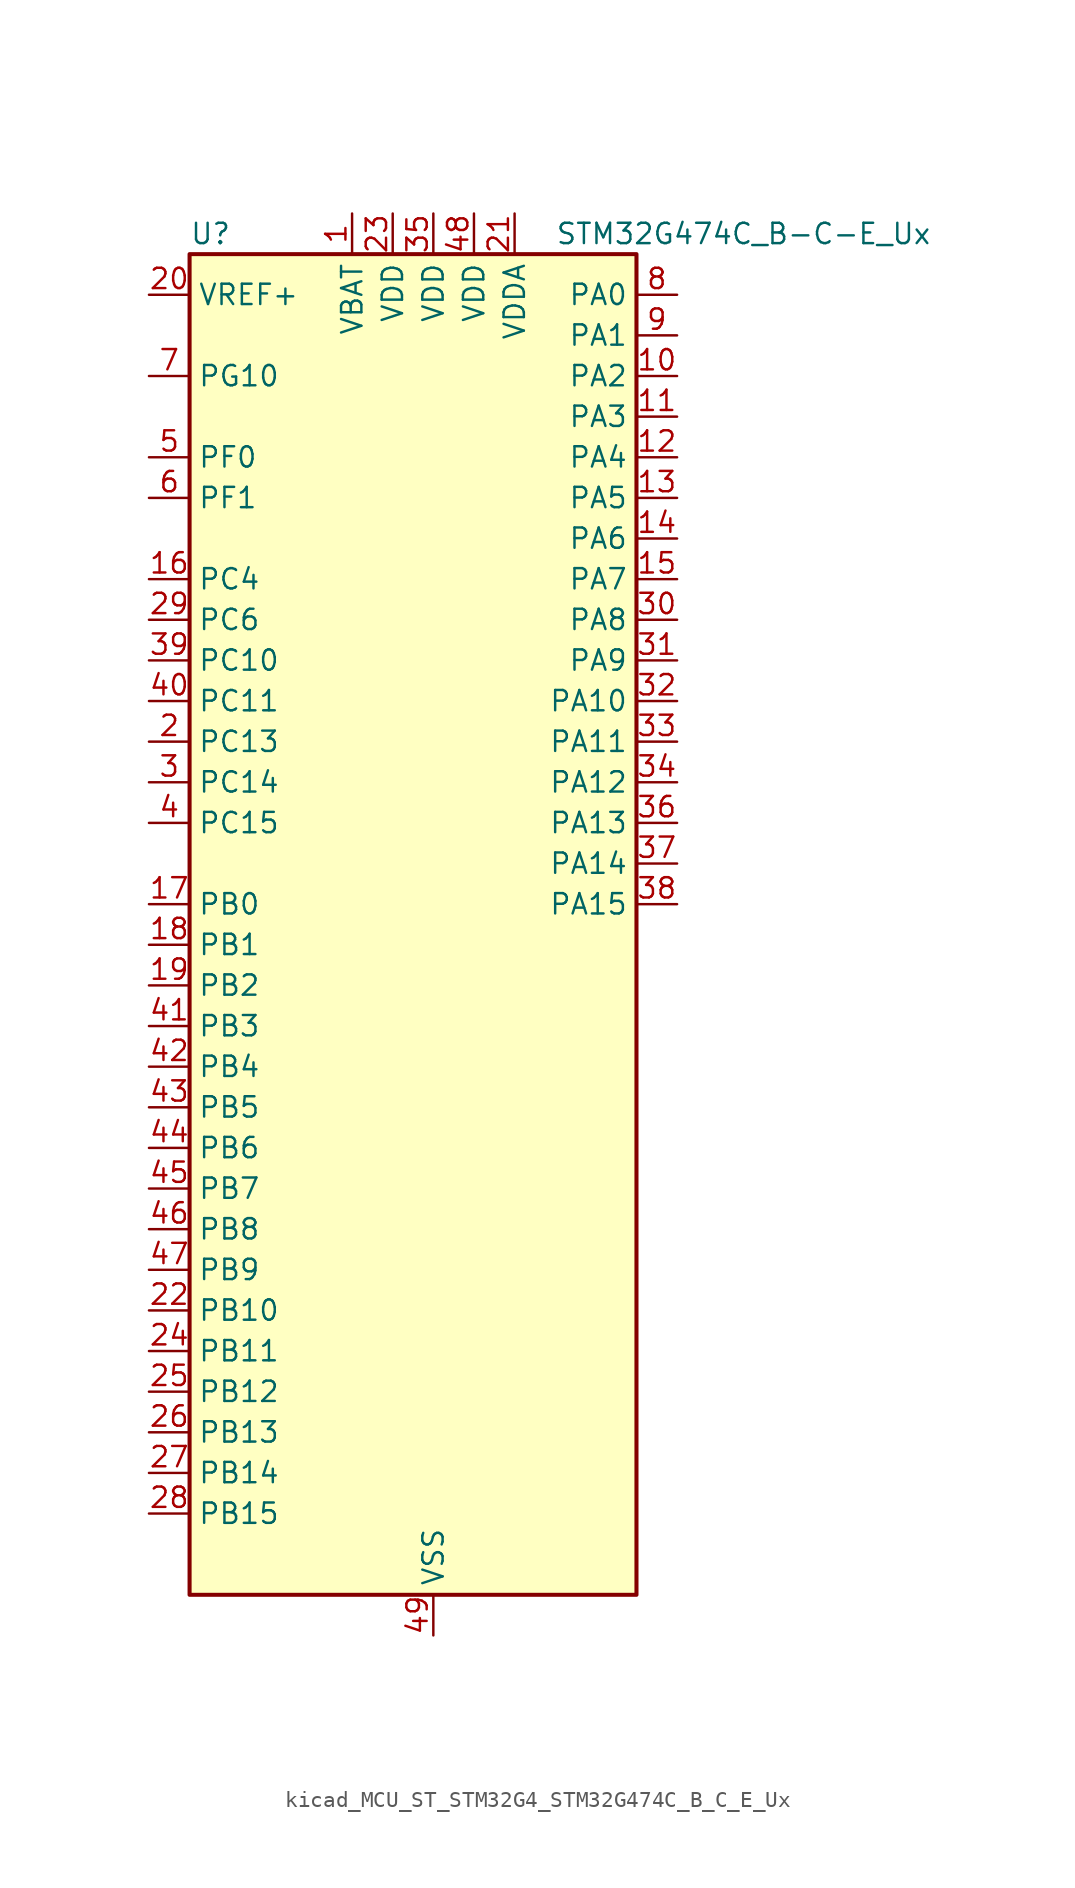
<source format=kicad_sym>
(kicad_symbol_lib
  (version 20220914)
  (generator kicad_symbol_editor)
  (symbol "kicad_MCU_ST_STM32G4_STM32G474C_B_C_E_Ux"
    (property "Reference" "U"
      (at -12.7 44.45 0)
      (effects (font (size 1.27 1.27)) (justify left)))
    (property "Value" "STM32G474C_B-C-E_Ux"
      (at 10.16 44.45 0)
      (effects (font (size 1.27 1.27)) (justify left)))
    (property "ki_locked" ""
      (at 0 0 0)
      (effects (font (size 1.27 1.27))))
    (symbol "kicad_MCU_ST_STM32G4_STM32G474C_B_C_E_Ux_0_1"
      (rectangle (start -12.7 -40.64) (end 15.24 43.18) (stroke (width 0.254) (type default)) (fill (type background))))
    (symbol "kicad_MCU_ST_STM32G4_STM32G474C_B_C_E_Ux_1_1"
      (pin power_in line (at -2.54 45.72 270) (length 2.54) (name "VBAT" (effects (font (size 1.27 1.27)))) (number "1" (effects (font (size 1.27 1.27)))))
      (pin bidirectional line (at 17.78 35.56 180) (length 2.54) (name "PA2" (effects (font (size 1.27 1.27)))) (number "10" (effects (font (size 1.27 1.27)))) (alternate "ADC1_IN3" bidirectional line) (alternate "ADC3_EXTI2" bidirectional line) (alternate "ADC4_EXTI2" bidirectional line) (alternate "ADC5_EXTI2" bidirectional line) (alternate "COMP2_INM" bidirectional line) (alternate "COMP2_OUT" bidirectional line) (alternate "LPUART1_TX" bidirectional line) (alternate "OPAMP1_VOUT" bidirectional line) (alternate "QUADSPI1_BK1_NCS" bidirectional line) (alternate "RCC_LSCO" bidirectional line) (alternate "SYS_WKUP4" bidirectional line) (alternate "TIM15_CH1" bidirectional line) (alternate "TIM2_CH3" bidirectional line) (alternate "TIM5_CH3" bidirectional line) (alternate "UCPD1_FRSTX1" bidirectional line) (alternate "UCPD1_FRSTX2" bidirectional line) (alternate "USART2_TX" bidirectional line))
      (pin bidirectional line (at 17.78 33.02 180) (length 2.54) (name "PA3" (effects (font (size 1.27 1.27)))) (number "11" (effects (font (size 1.27 1.27)))) (alternate "ADC1_IN4" bidirectional line) (alternate "ADC3_EXTI3" bidirectional line) (alternate "ADC4_EXTI3" bidirectional line) (alternate "ADC5_EXTI3" bidirectional line) (alternate "COMP2_INP" bidirectional line) (alternate "LPUART1_RX" bidirectional line) (alternate "OPAMP1_VINM" bidirectional line) (alternate "OPAMP1_VINM0" bidirectional line) (alternate "OPAMP1_VINM_SEC" bidirectional line) (alternate "OPAMP1_VINP" bidirectional line) (alternate "OPAMP1_VINP_SEC" bidirectional line) (alternate "OPAMP5_VINM" bidirectional line) (alternate "OPAMP5_VINM1" bidirectional line) (alternate "OPAMP5_VINM_SEC" bidirectional line) (alternate "QUADSPI1_CLK" bidirectional line) (alternate "SAI1_CK1" bidirectional line) (alternate "SAI1_MCLK_A" bidirectional line) (alternate "TIM15_CH2" bidirectional line) (alternate "TIM2_CH4" bidirectional line) (alternate "TIM5_CH4" bidirectional line) (alternate "USART2_RX" bidirectional line))
      (pin bidirectional line (at 17.78 30.48 180) (length 2.54) (name "PA4" (effects (font (size 1.27 1.27)))) (number "12" (effects (font (size 1.27 1.27)))) (alternate "ADC2_IN17" bidirectional line) (alternate "COMP1_INM" bidirectional line) (alternate "DAC1_OUT1" bidirectional line) (alternate "I2S3_WS" bidirectional line) (alternate "SAI1_FS_B" bidirectional line) (alternate "SPI1_NSS" bidirectional line) (alternate "SPI3_NSS" bidirectional line) (alternate "TIM3_CH2" bidirectional line) (alternate "USART2_CK" bidirectional line))
      (pin bidirectional line (at 17.78 27.94 180) (length 2.54) (name "PA5" (effects (font (size 1.27 1.27)))) (number "13" (effects (font (size 1.27 1.27)))) (alternate "ADC2_IN13" bidirectional line) (alternate "COMP2_INM" bidirectional line) (alternate "DAC1_OUT2" bidirectional line) (alternate "OPAMP2_VINM" bidirectional line) (alternate "OPAMP2_VINM0" bidirectional line) (alternate "OPAMP2_VINM_SEC" bidirectional line) (alternate "SPI1_SCK" bidirectional line) (alternate "TIM2_CH1" bidirectional line) (alternate "TIM2_ETR" bidirectional line) (alternate "UCPD1_FRSTX1" bidirectional line) (alternate "UCPD1_FRSTX2" bidirectional line))
      (pin bidirectional line (at 17.78 25.4 180) (length 2.54) (name "PA6" (effects (font (size 1.27 1.27)))) (number "14" (effects (font (size 1.27 1.27)))) (alternate "ADC2_IN3" bidirectional line) (alternate "COMP1_OUT" bidirectional line) (alternate "DAC2_OUT1" bidirectional line) (alternate "LPUART1_CTS" bidirectional line) (alternate "OPAMP2_VOUT" bidirectional line) (alternate "QUADSPI1_BK1_IO3" bidirectional line) (alternate "SPI1_MISO" bidirectional line) (alternate "TIM16_CH1" bidirectional line) (alternate "TIM1_BKIN" bidirectional line) (alternate "TIM3_CH1" bidirectional line) (alternate "TIM8_BKIN" bidirectional line))
      (pin bidirectional line (at 17.78 22.86 180) (length 2.54) (name "PA7" (effects (font (size 1.27 1.27)))) (number "15" (effects (font (size 1.27 1.27)))) (alternate "ADC2_IN4" bidirectional line) (alternate "COMP2_INP" bidirectional line) (alternate "COMP2_OUT" bidirectional line) (alternate "OPAMP1_VINP" bidirectional line) (alternate "OPAMP1_VINP_SEC" bidirectional line) (alternate "OPAMP2_VINP" bidirectional line) (alternate "OPAMP2_VINP_SEC" bidirectional line) (alternate "QUADSPI1_BK1_IO2" bidirectional line) (alternate "SPI1_MOSI" bidirectional line) (alternate "TIM17_CH1" bidirectional line) (alternate "TIM1_CH1N" bidirectional line) (alternate "TIM3_CH2" bidirectional line) (alternate "TIM8_CH1N" bidirectional line) (alternate "UCPD1_FRSTX1" bidirectional line) (alternate "UCPD1_FRSTX2" bidirectional line))
      (pin bidirectional line (at -15.24 22.86 0) (length 2.54) (name "PC4" (effects (font (size 1.27 1.27)))) (number "16" (effects (font (size 1.27 1.27)))) (alternate "ADC2_IN5" bidirectional line) (alternate "I2C2_SCL" bidirectional line) (alternate "QUADSPI1_BK2_IO3" bidirectional line) (alternate "TIM1_ETR" bidirectional line) (alternate "USART1_TX" bidirectional line))
      (pin bidirectional line (at -15.24 2.54 0) (length 2.54) (name "PB0" (effects (font (size 1.27 1.27)))) (number "17" (effects (font (size 1.27 1.27)))) (alternate "ADC1_IN15" bidirectional line) (alternate "ADC3_IN12" bidirectional line) (alternate "COMP4_INP" bidirectional line) (alternate "HRTIM1_FLT5" bidirectional line) (alternate "OPAMP2_VINP" bidirectional line) (alternate "OPAMP2_VINP_SEC" bidirectional line) (alternate "OPAMP3_VINP" bidirectional line) (alternate "OPAMP3_VINP_SEC" bidirectional line) (alternate "QUADSPI1_BK1_IO1" bidirectional line) (alternate "TIM1_CH2N" bidirectional line) (alternate "TIM3_CH3" bidirectional line) (alternate "TIM8_CH2N" bidirectional line) (alternate "UCPD1_FRSTX1" bidirectional line) (alternate "UCPD1_FRSTX2" bidirectional line))
      (pin bidirectional line (at -15.24 0 0) (length 2.54) (name "PB1" (effects (font (size 1.27 1.27)))) (number "18" (effects (font (size 1.27 1.27)))) (alternate "ADC1_IN12" bidirectional line) (alternate "ADC3_IN1" bidirectional line) (alternate "COMP1_INP" bidirectional line) (alternate "COMP4_OUT" bidirectional line) (alternate "HRTIM1_SCOUT" bidirectional line) (alternate "LPUART1_DE" bidirectional line) (alternate "LPUART1_RTS" bidirectional line) (alternate "OPAMP3_VOUT" bidirectional line) (alternate "OPAMP6_VINM" bidirectional line) (alternate "OPAMP6_VINM1" bidirectional line) (alternate "OPAMP6_VINM_SEC" bidirectional line) (alternate "QUADSPI1_BK1_IO0" bidirectional line) (alternate "TIM1_CH3N" bidirectional line) (alternate "TIM3_CH4" bidirectional line) (alternate "TIM8_CH3N" bidirectional line))
      (pin bidirectional line (at -15.24 -2.54 0) (length 2.54) (name "PB2" (effects (font (size 1.27 1.27)))) (number "19" (effects (font (size 1.27 1.27)))) (alternate "ADC2_IN12" bidirectional line) (alternate "ADC3_EXTI2" bidirectional line) (alternate "ADC4_EXTI2" bidirectional line) (alternate "ADC5_EXTI2" bidirectional line) (alternate "COMP4_INM" bidirectional line) (alternate "HRTIM1_SCIN" bidirectional line) (alternate "I2C3_SMBA" bidirectional line) (alternate "LPTIM1_OUT" bidirectional line) (alternate "OPAMP3_VINM" bidirectional line) (alternate "OPAMP3_VINM0" bidirectional line) (alternate "OPAMP3_VINM_SEC" bidirectional line) (alternate "QUADSPI1_BK2_IO1" bidirectional line) (alternate "RTC_OUT2" bidirectional line) (alternate "TIM20_CH1" bidirectional line) (alternate "TIM5_CH1" bidirectional line))
      (pin bidirectional line (at -15.24 12.7 0) (length 2.54) (name "PC13" (effects (font (size 1.27 1.27)))) (number "2" (effects (font (size 1.27 1.27)))) (alternate "RTC_OUT1" bidirectional line) (alternate "RTC_TAMP1" bidirectional line) (alternate "RTC_TS" bidirectional line) (alternate "SYS_WKUP2" bidirectional line) (alternate "TIM1_BKIN" bidirectional line) (alternate "TIM1_CH1N" bidirectional line) (alternate "TIM8_CH4N" bidirectional line))
      (pin input line (at -15.24 40.64 0) (length 2.54) (name "VREF+" (effects (font (size 1.27 1.27)))) (number "20" (effects (font (size 1.27 1.27)))) (alternate "VREFBUF_OUT" bidirectional line))
      (pin power_in line (at 7.62 45.72 270) (length 2.54) (name "VDDA" (effects (font (size 1.27 1.27)))) (number "21" (effects (font (size 1.27 1.27)))))
      (pin bidirectional line (at -15.24 -22.86 0) (length 2.54) (name "PB10" (effects (font (size 1.27 1.27)))) (number "22" (effects (font (size 1.27 1.27)))) (alternate "COMP5_INM" bidirectional line) (alternate "DAC1_EXTI10" bidirectional line) (alternate "DAC2_EXTI10" bidirectional line) (alternate "DAC3_EXTI10" bidirectional line) (alternate "DAC4_EXTI10" bidirectional line) (alternate "HRTIM1_FLT3" bidirectional line) (alternate "LPUART1_RX" bidirectional line) (alternate "OPAMP3_VINM" bidirectional line) (alternate "OPAMP3_VINM1" bidirectional line) (alternate "OPAMP3_VINM_SEC" bidirectional line) (alternate "OPAMP4_VINM" bidirectional line) (alternate "OPAMP4_VINM0" bidirectional line) (alternate "OPAMP4_VINM_SEC" bidirectional line) (alternate "QUADSPI1_CLK" bidirectional line) (alternate "SAI1_SCK_A" bidirectional line) (alternate "TIM1_BKIN" bidirectional line) (alternate "TIM2_CH3" bidirectional line) (alternate "USART3_TX" bidirectional line))
      (pin power_in line (at 0 45.72 270) (length 2.54) (name "VDD" (effects (font (size 1.27 1.27)))) (number "23" (effects (font (size 1.27 1.27)))))
      (pin bidirectional line (at -15.24 -25.4 0) (length 2.54) (name "PB11" (effects (font (size 1.27 1.27)))) (number "24" (effects (font (size 1.27 1.27)))) (alternate "ADC1_EXTI11" bidirectional line) (alternate "ADC1_IN14" bidirectional line) (alternate "ADC2_EXTI11" bidirectional line) (alternate "ADC2_IN14" bidirectional line) (alternate "COMP6_INP" bidirectional line) (alternate "HRTIM1_FLT4" bidirectional line) (alternate "LPUART1_TX" bidirectional line) (alternate "OPAMP4_VINP" bidirectional line) (alternate "OPAMP4_VINP_SEC" bidirectional line) (alternate "OPAMP6_VOUT" bidirectional line) (alternate "QUADSPI1_BK1_NCS" bidirectional line) (alternate "TIM2_CH4" bidirectional line) (alternate "USART3_RX" bidirectional line))
      (pin bidirectional line (at -15.24 -27.94 0) (length 2.54) (name "PB12" (effects (font (size 1.27 1.27)))) (number "25" (effects (font (size 1.27 1.27)))) (alternate "ADC1_IN11" bidirectional line) (alternate "ADC4_IN3" bidirectional line) (alternate "COMP7_INM" bidirectional line) (alternate "FDCAN2_RX" bidirectional line) (alternate "HRTIM1_CHC1" bidirectional line) (alternate "I2C2_SMBA" bidirectional line) (alternate "I2S2_WS" bidirectional line) (alternate "LPUART1_DE" bidirectional line) (alternate "LPUART1_RTS" bidirectional line) (alternate "OPAMP4_VOUT" bidirectional line) (alternate "OPAMP6_VINP" bidirectional line) (alternate "OPAMP6_VINP_SEC" bidirectional line) (alternate "SPI2_NSS" bidirectional line) (alternate "TIM1_BKIN" bidirectional line) (alternate "TIM5_ETR" bidirectional line) (alternate "USART3_CK" bidirectional line))
      (pin bidirectional line (at -15.24 -30.48 0) (length 2.54) (name "PB13" (effects (font (size 1.27 1.27)))) (number "26" (effects (font (size 1.27 1.27)))) (alternate "ADC3_IN5" bidirectional line) (alternate "COMP5_INP" bidirectional line) (alternate "FDCAN2_TX" bidirectional line) (alternate "HRTIM1_CHC2" bidirectional line) (alternate "I2S2_CK" bidirectional line) (alternate "LPUART1_CTS" bidirectional line) (alternate "OPAMP3_VINP" bidirectional line) (alternate "OPAMP3_VINP_SEC" bidirectional line) (alternate "OPAMP4_VINP" bidirectional line) (alternate "OPAMP4_VINP_SEC" bidirectional line) (alternate "OPAMP6_VINP" bidirectional line) (alternate "OPAMP6_VINP_SEC" bidirectional line) (alternate "SPI2_SCK" bidirectional line) (alternate "TIM1_CH1N" bidirectional line) (alternate "USART3_CTS" bidirectional line) (alternate "USART3_NSS" bidirectional line))
      (pin bidirectional line (at -15.24 -33.02 0) (length 2.54) (name "PB14" (effects (font (size 1.27 1.27)))) (number "27" (effects (font (size 1.27 1.27)))) (alternate "ADC1_IN5" bidirectional line) (alternate "ADC4_IN4" bidirectional line) (alternate "COMP4_OUT" bidirectional line) (alternate "COMP7_INP" bidirectional line) (alternate "HRTIM1_CHD1" bidirectional line) (alternate "OPAMP2_VINP" bidirectional line) (alternate "OPAMP2_VINP_SEC" bidirectional line) (alternate "OPAMP5_VINP" bidirectional line) (alternate "OPAMP5_VINP_SEC" bidirectional line) (alternate "SPI2_MISO" bidirectional line) (alternate "TIM15_CH1" bidirectional line) (alternate "TIM1_CH2N" bidirectional line) (alternate "USART3_DE" bidirectional line) (alternate "USART3_RTS" bidirectional line))
      (pin bidirectional line (at -15.24 -35.56 0) (length 2.54) (name "PB15" (effects (font (size 1.27 1.27)))) (number "28" (effects (font (size 1.27 1.27)))) (alternate "ADC1_EXTI15" bidirectional line) (alternate "ADC2_EXTI15" bidirectional line) (alternate "ADC2_IN15" bidirectional line) (alternate "ADC4_IN5" bidirectional line) (alternate "COMP3_OUT" bidirectional line) (alternate "COMP6_INM" bidirectional line) (alternate "HRTIM1_CHD2" bidirectional line) (alternate "I2S2_SD" bidirectional line) (alternate "OPAMP5_VINM" bidirectional line) (alternate "OPAMP5_VINM0" bidirectional line) (alternate "OPAMP5_VINM_SEC" bidirectional line) (alternate "RTC_REFIN" bidirectional line) (alternate "SPI2_MOSI" bidirectional line) (alternate "TIM15_CH1N" bidirectional line) (alternate "TIM15_CH2" bidirectional line) (alternate "TIM1_CH3N" bidirectional line))
      (pin bidirectional line (at -15.24 20.32 0) (length 2.54) (name "PC6" (effects (font (size 1.27 1.27)))) (number "29" (effects (font (size 1.27 1.27)))) (alternate "COMP6_OUT" bidirectional line) (alternate "HRTIM1_CHF1" bidirectional line) (alternate "HRTIM1_EEV10" bidirectional line) (alternate "I2C4_SCL" bidirectional line) (alternate "I2S2_MCK" bidirectional line) (alternate "TIM3_CH1" bidirectional line) (alternate "TIM8_CH1" bidirectional line))
      (pin bidirectional line (at -15.24 10.16 0) (length 2.54) (name "PC14" (effects (font (size 1.27 1.27)))) (number "3" (effects (font (size 1.27 1.27)))) (alternate "RCC_OSC32_IN" bidirectional line))
      (pin bidirectional line (at 17.78 20.32 180) (length 2.54) (name "PA8" (effects (font (size 1.27 1.27)))) (number "30" (effects (font (size 1.27 1.27)))) (alternate "ADC5_IN1" bidirectional line) (alternate "COMP7_OUT" bidirectional line) (alternate "FDCAN3_RX" bidirectional line) (alternate "HRTIM1_CHA1" bidirectional line) (alternate "I2C2_SDA" bidirectional line) (alternate "I2C3_SCL" bidirectional line) (alternate "I2S2_MCK" bidirectional line) (alternate "OPAMP5_VOUT" bidirectional line) (alternate "RCC_MCO" bidirectional line) (alternate "SAI1_CK2" bidirectional line) (alternate "SAI1_SCK_A" bidirectional line) (alternate "TIM1_CH1" bidirectional line) (alternate "TIM4_ETR" bidirectional line) (alternate "USART1_CK" bidirectional line))
      (pin bidirectional line (at 17.78 17.78 180) (length 2.54) (name "PA9" (effects (font (size 1.27 1.27)))) (number "31" (effects (font (size 1.27 1.27)))) (alternate "ADC5_IN2" bidirectional line) (alternate "COMP5_OUT" bidirectional line) (alternate "DAC1_EXTI9" bidirectional line) (alternate "DAC2_EXTI9" bidirectional line) (alternate "DAC3_EXTI9" bidirectional line) (alternate "DAC4_EXTI9" bidirectional line) (alternate "HRTIM1_CHA2" bidirectional line) (alternate "I2C2_SCL" bidirectional line) (alternate "I2C3_SMBA" bidirectional line) (alternate "I2S3_MCK" bidirectional line) (alternate "SAI1_FS_A" bidirectional line) (alternate "TIM15_BKIN" bidirectional line) (alternate "TIM1_CH2" bidirectional line) (alternate "TIM2_CH3" bidirectional line) (alternate "UCPD1_DBCC1" bidirectional line) (alternate "USART1_TX" bidirectional line))
      (pin bidirectional line (at 17.78 15.24 180) (length 2.54) (name "PA10" (effects (font (size 1.27 1.27)))) (number "32" (effects (font (size 1.27 1.27)))) (alternate "COMP6_OUT" bidirectional line) (alternate "CRS_SYNC" bidirectional line) (alternate "DAC1_EXTI10" bidirectional line) (alternate "DAC2_EXTI10" bidirectional line) (alternate "DAC3_EXTI10" bidirectional line) (alternate "DAC4_EXTI10" bidirectional line) (alternate "HRTIM1_CHB1" bidirectional line) (alternate "I2C2_SMBA" bidirectional line) (alternate "SAI1_D1" bidirectional line) (alternate "SAI1_SD_A" bidirectional line) (alternate "SPI2_MISO" bidirectional line) (alternate "TIM17_BKIN" bidirectional line) (alternate "TIM1_CH3" bidirectional line) (alternate "TIM2_CH4" bidirectional line) (alternate "TIM8_BKIN" bidirectional line) (alternate "UCPD1_DBCC2" bidirectional line) (alternate "USART1_RX" bidirectional line))
      (pin bidirectional line (at 17.78 12.7 180) (length 2.54) (name "PA11" (effects (font (size 1.27 1.27)))) (number "33" (effects (font (size 1.27 1.27)))) (alternate "ADC1_EXTI11" bidirectional line) (alternate "ADC2_EXTI11" bidirectional line) (alternate "COMP1_OUT" bidirectional line) (alternate "FDCAN1_RX" bidirectional line) (alternate "HRTIM1_CHB2" bidirectional line) (alternate "I2S2_SD" bidirectional line) (alternate "SPI2_MOSI" bidirectional line) (alternate "TIM1_BKIN2" bidirectional line) (alternate "TIM1_CH1N" bidirectional line) (alternate "TIM1_CH4" bidirectional line) (alternate "TIM4_CH1" bidirectional line) (alternate "USART1_CTS" bidirectional line) (alternate "USART1_NSS" bidirectional line) (alternate "USB_DM" bidirectional line))
      (pin bidirectional line (at 17.78 10.16 180) (length 2.54) (name "PA12" (effects (font (size 1.27 1.27)))) (number "34" (effects (font (size 1.27 1.27)))) (alternate "COMP2_OUT" bidirectional line) (alternate "FDCAN1_TX" bidirectional line) (alternate "HRTIM1_FLT1" bidirectional line) (alternate "I2S_CKIN" bidirectional line) (alternate "TIM16_CH1" bidirectional line) (alternate "TIM1_CH2N" bidirectional line) (alternate "TIM1_ETR" bidirectional line) (alternate "TIM4_CH2" bidirectional line) (alternate "USART1_DE" bidirectional line) (alternate "USART1_RTS" bidirectional line) (alternate "USB_DP" bidirectional line))
      (pin power_in line (at 2.54 45.72 270) (length 2.54) (name "VDD" (effects (font (size 1.27 1.27)))) (number "35" (effects (font (size 1.27 1.27)))))
      (pin bidirectional line (at 17.78 7.62 180) (length 2.54) (name "PA13" (effects (font (size 1.27 1.27)))) (number "36" (effects (font (size 1.27 1.27)))) (alternate "I2C1_SCL" bidirectional line) (alternate "I2C4_SCL" bidirectional line) (alternate "IR_OUT" bidirectional line) (alternate "SAI1_SD_B" bidirectional line) (alternate "SYS_JTMS-SWDIO" bidirectional line) (alternate "TIM16_CH1N" bidirectional line) (alternate "TIM4_CH3" bidirectional line) (alternate "USART3_CTS" bidirectional line) (alternate "USART3_NSS" bidirectional line))
      (pin bidirectional line (at 17.78 5.08 180) (length 2.54) (name "PA14" (effects (font (size 1.27 1.27)))) (number "37" (effects (font (size 1.27 1.27)))) (alternate "I2C1_SDA" bidirectional line) (alternate "I2C4_SMBA" bidirectional line) (alternate "LPTIM1_OUT" bidirectional line) (alternate "SAI1_FS_B" bidirectional line) (alternate "SYS_JTCK-SWCLK" bidirectional line) (alternate "TIM1_BKIN" bidirectional line) (alternate "TIM8_CH2" bidirectional line) (alternate "USART2_TX" bidirectional line))
      (pin bidirectional line (at 17.78 2.54 180) (length 2.54) (name "PA15" (effects (font (size 1.27 1.27)))) (number "38" (effects (font (size 1.27 1.27)))) (alternate "ADC1_EXTI15" bidirectional line) (alternate "ADC2_EXTI15" bidirectional line) (alternate "FDCAN3_TX" bidirectional line) (alternate "HRTIM1_FLT2" bidirectional line) (alternate "I2C1_SCL" bidirectional line) (alternate "I2S3_WS" bidirectional line) (alternate "SPI1_NSS" bidirectional line) (alternate "SPI3_NSS" bidirectional line) (alternate "SYS_JTDI" bidirectional line) (alternate "TIM1_BKIN" bidirectional line) (alternate "TIM2_CH1" bidirectional line) (alternate "TIM2_ETR" bidirectional line) (alternate "TIM8_CH1" bidirectional line) (alternate "UART4_DE" bidirectional line) (alternate "UART4_RTS" bidirectional line) (alternate "USART2_RX" bidirectional line))
      (pin bidirectional line (at -15.24 17.78 0) (length 2.54) (name "PC10" (effects (font (size 1.27 1.27)))) (number "39" (effects (font (size 1.27 1.27)))) (alternate "DAC1_EXTI10" bidirectional line) (alternate "DAC2_EXTI10" bidirectional line) (alternate "DAC3_EXTI10" bidirectional line) (alternate "DAC4_EXTI10" bidirectional line) (alternate "HRTIM1_FLT6" bidirectional line) (alternate "I2S3_CK" bidirectional line) (alternate "SPI3_SCK" bidirectional line) (alternate "TIM8_CH1N" bidirectional line) (alternate "UART4_TX" bidirectional line) (alternate "USART3_TX" bidirectional line))
      (pin bidirectional line (at -15.24 7.62 0) (length 2.54) (name "PC15" (effects (font (size 1.27 1.27)))) (number "4" (effects (font (size 1.27 1.27)))) (alternate "ADC1_EXTI15" bidirectional line) (alternate "ADC2_EXTI15" bidirectional line) (alternate "RCC_OSC32_OUT" bidirectional line))
      (pin bidirectional line (at -15.24 15.24 0) (length 2.54) (name "PC11" (effects (font (size 1.27 1.27)))) (number "40" (effects (font (size 1.27 1.27)))) (alternate "ADC1_EXTI11" bidirectional line) (alternate "ADC2_EXTI11" bidirectional line) (alternate "HRTIM1_EEV2" bidirectional line) (alternate "I2C3_SDA" bidirectional line) (alternate "SPI3_MISO" bidirectional line) (alternate "TIM8_CH2N" bidirectional line) (alternate "UART4_RX" bidirectional line) (alternate "USART3_RX" bidirectional line))
      (pin bidirectional line (at -15.24 -5.08 0) (length 2.54) (name "PB3" (effects (font (size 1.27 1.27)))) (number "41" (effects (font (size 1.27 1.27)))) (alternate "ADC3_EXTI3" bidirectional line) (alternate "ADC4_EXTI3" bidirectional line) (alternate "ADC5_EXTI3" bidirectional line) (alternate "CRS_SYNC" bidirectional line) (alternate "FDCAN3_RX" bidirectional line) (alternate "HRTIM1_EEV9" bidirectional line) (alternate "HRTIM1_SCOUT" bidirectional line) (alternate "I2S3_CK" bidirectional line) (alternate "SAI1_SCK_B" bidirectional line) (alternate "SPI1_SCK" bidirectional line) (alternate "SPI3_SCK" bidirectional line) (alternate "SYS_JTDO-SWO" bidirectional line) (alternate "TIM2_CH2" bidirectional line) (alternate "TIM3_ETR" bidirectional line) (alternate "TIM4_ETR" bidirectional line) (alternate "TIM8_CH1N" bidirectional line) (alternate "USART2_TX" bidirectional line))
      (pin bidirectional line (at -15.24 -7.62 0) (length 2.54) (name "PB4" (effects (font (size 1.27 1.27)))) (number "42" (effects (font (size 1.27 1.27)))) (alternate "FDCAN3_TX" bidirectional line) (alternate "HRTIM1_EEV7" bidirectional line) (alternate "SAI1_MCLK_B" bidirectional line) (alternate "SPI1_MISO" bidirectional line) (alternate "SPI3_MISO" bidirectional line) (alternate "SYS_JTRST" bidirectional line) (alternate "TIM16_CH1" bidirectional line) (alternate "TIM17_BKIN" bidirectional line) (alternate "TIM3_CH1" bidirectional line) (alternate "TIM8_CH2N" bidirectional line) (alternate "UCPD1_CC2" bidirectional line) (alternate "USART2_RX" bidirectional line))
      (pin bidirectional line (at -15.24 -10.16 0) (length 2.54) (name "PB5" (effects (font (size 1.27 1.27)))) (number "43" (effects (font (size 1.27 1.27)))) (alternate "FDCAN2_RX" bidirectional line) (alternate "HRTIM1_EEV6" bidirectional line) (alternate "I2C1_SMBA" bidirectional line) (alternate "I2C3_SDA" bidirectional line) (alternate "I2S3_SD" bidirectional line) (alternate "LPTIM1_IN1" bidirectional line) (alternate "SAI1_SD_B" bidirectional line) (alternate "SPI1_MOSI" bidirectional line) (alternate "SPI3_MOSI" bidirectional line) (alternate "TIM16_BKIN" bidirectional line) (alternate "TIM17_CH1" bidirectional line) (alternate "TIM3_CH2" bidirectional line) (alternate "TIM8_CH3N" bidirectional line) (alternate "USART2_CK" bidirectional line))
      (pin bidirectional line (at -15.24 -12.7 0) (length 2.54) (name "PB6" (effects (font (size 1.27 1.27)))) (number "44" (effects (font (size 1.27 1.27)))) (alternate "COMP4_OUT" bidirectional line) (alternate "FDCAN2_TX" bidirectional line) (alternate "HRTIM1_EEV4" bidirectional line) (alternate "HRTIM1_SCIN" bidirectional line) (alternate "LPTIM1_ETR" bidirectional line) (alternate "SAI1_FS_B" bidirectional line) (alternate "TIM16_CH1N" bidirectional line) (alternate "TIM4_CH1" bidirectional line) (alternate "TIM8_BKIN2" bidirectional line) (alternate "TIM8_CH1" bidirectional line) (alternate "TIM8_ETR" bidirectional line) (alternate "UCPD1_CC1" bidirectional line) (alternate "USART1_TX" bidirectional line))
      (pin bidirectional line (at -15.24 -15.24 0) (length 2.54) (name "PB7" (effects (font (size 1.27 1.27)))) (number "45" (effects (font (size 1.27 1.27)))) (alternate "COMP3_OUT" bidirectional line) (alternate "HRTIM1_EEV3" bidirectional line) (alternate "I2C1_SDA" bidirectional line) (alternate "I2C4_SDA" bidirectional line) (alternate "LPTIM1_IN2" bidirectional line) (alternate "SYS_PVD_IN" bidirectional line) (alternate "TIM17_CH1N" bidirectional line) (alternate "TIM3_CH4" bidirectional line) (alternate "TIM4_CH2" bidirectional line) (alternate "TIM8_BKIN" bidirectional line) (alternate "UART4_CTS" bidirectional line) (alternate "USART1_RX" bidirectional line))
      (pin bidirectional line (at -15.24 -17.78 0) (length 2.54) (name "PB8" (effects (font (size 1.27 1.27)))) (number "46" (effects (font (size 1.27 1.27)))) (alternate "COMP1_OUT" bidirectional line) (alternate "FDCAN1_RX" bidirectional line) (alternate "HRTIM1_EEV8" bidirectional line) (alternate "I2C1_SCL" bidirectional line) (alternate "SAI1_CK1" bidirectional line) (alternate "SAI1_MCLK_A" bidirectional line) (alternate "TIM16_CH1" bidirectional line) (alternate "TIM1_BKIN" bidirectional line) (alternate "TIM4_CH3" bidirectional line) (alternate "TIM8_CH2" bidirectional line) (alternate "USART3_RX" bidirectional line))
      (pin bidirectional line (at -15.24 -20.32 0) (length 2.54) (name "PB9" (effects (font (size 1.27 1.27)))) (number "47" (effects (font (size 1.27 1.27)))) (alternate "COMP2_OUT" bidirectional line) (alternate "DAC1_EXTI9" bidirectional line) (alternate "DAC2_EXTI9" bidirectional line) (alternate "DAC3_EXTI9" bidirectional line) (alternate "DAC4_EXTI9" bidirectional line) (alternate "FDCAN1_TX" bidirectional line) (alternate "HRTIM1_EEV5" bidirectional line) (alternate "I2C1_SDA" bidirectional line) (alternate "IR_OUT" bidirectional line) (alternate "SAI1_D2" bidirectional line) (alternate "SAI1_FS_A" bidirectional line) (alternate "TIM17_CH1" bidirectional line) (alternate "TIM1_CH3N" bidirectional line) (alternate "TIM4_CH4" bidirectional line) (alternate "TIM8_CH3" bidirectional line) (alternate "USART3_TX" bidirectional line))
      (pin power_in line (at 5.08 45.72 270) (length 2.54) (name "VDD" (effects (font (size 1.27 1.27)))) (number "48" (effects (font (size 1.27 1.27)))))
      (pin power_in line (at 2.54 -43.18 90) (length 2.54) (name "VSS" (effects (font (size 1.27 1.27)))) (number "49" (effects (font (size 1.27 1.27)))))
      (pin bidirectional line (at -15.24 30.48 0) (length 2.54) (name "PF0" (effects (font (size 1.27 1.27)))) (number "5" (effects (font (size 1.27 1.27)))) (alternate "ADC1_IN10" bidirectional line) (alternate "I2C2_SDA" bidirectional line) (alternate "I2S2_WS" bidirectional line) (alternate "RCC_OSC_IN" bidirectional line) (alternate "SPI2_NSS" bidirectional line) (alternate "TIM1_CH3N" bidirectional line))
      (pin bidirectional line (at -15.24 27.94 0) (length 2.54) (name "PF1" (effects (font (size 1.27 1.27)))) (number "6" (effects (font (size 1.27 1.27)))) (alternate "ADC2_IN10" bidirectional line) (alternate "COMP3_INM" bidirectional line) (alternate "I2S2_CK" bidirectional line) (alternate "RCC_OSC_OUT" bidirectional line) (alternate "SPI2_SCK" bidirectional line))
      (pin bidirectional line (at -15.24 35.56 0) (length 2.54) (name "PG10" (effects (font (size 1.27 1.27)))) (number "7" (effects (font (size 1.27 1.27)))) (alternate "DAC1_EXTI10" bidirectional line) (alternate "DAC2_EXTI10" bidirectional line) (alternate "DAC3_EXTI10" bidirectional line) (alternate "DAC4_EXTI10" bidirectional line) (alternate "RCC_MCO" bidirectional line))
      (pin bidirectional line (at 17.78 40.64 180) (length 2.54) (name "PA0" (effects (font (size 1.27 1.27)))) (number "8" (effects (font (size 1.27 1.27)))) (alternate "ADC1_IN1" bidirectional line) (alternate "ADC2_IN1" bidirectional line) (alternate "COMP1_INM" bidirectional line) (alternate "COMP1_OUT" bidirectional line) (alternate "COMP3_INP" bidirectional line) (alternate "RTC_TAMP2" bidirectional line) (alternate "SYS_WKUP1" bidirectional line) (alternate "TIM2_CH1" bidirectional line) (alternate "TIM2_ETR" bidirectional line) (alternate "TIM5_CH1" bidirectional line) (alternate "TIM8_BKIN" bidirectional line) (alternate "TIM8_ETR" bidirectional line) (alternate "USART2_CTS" bidirectional line) (alternate "USART2_NSS" bidirectional line))
      (pin bidirectional line (at 17.78 38.1 180) (length 2.54) (name "PA1" (effects (font (size 1.27 1.27)))) (number "9" (effects (font (size 1.27 1.27)))) (alternate "ADC1_IN2" bidirectional line) (alternate "ADC2_IN2" bidirectional line) (alternate "COMP1_INP" bidirectional line) (alternate "OPAMP1_VINP" bidirectional line) (alternate "OPAMP1_VINP_SEC" bidirectional line) (alternate "OPAMP3_VINP" bidirectional line) (alternate "OPAMP3_VINP_SEC" bidirectional line) (alternate "OPAMP6_VINM" bidirectional line) (alternate "OPAMP6_VINM0" bidirectional line) (alternate "OPAMP6_VINM_SEC" bidirectional line) (alternate "RTC_REFIN" bidirectional line) (alternate "TIM15_CH1N" bidirectional line) (alternate "TIM2_CH2" bidirectional line) (alternate "TIM5_CH2" bidirectional line) (alternate "USART2_DE" bidirectional line) (alternate "USART2_RTS" bidirectional line)))))
</source>
